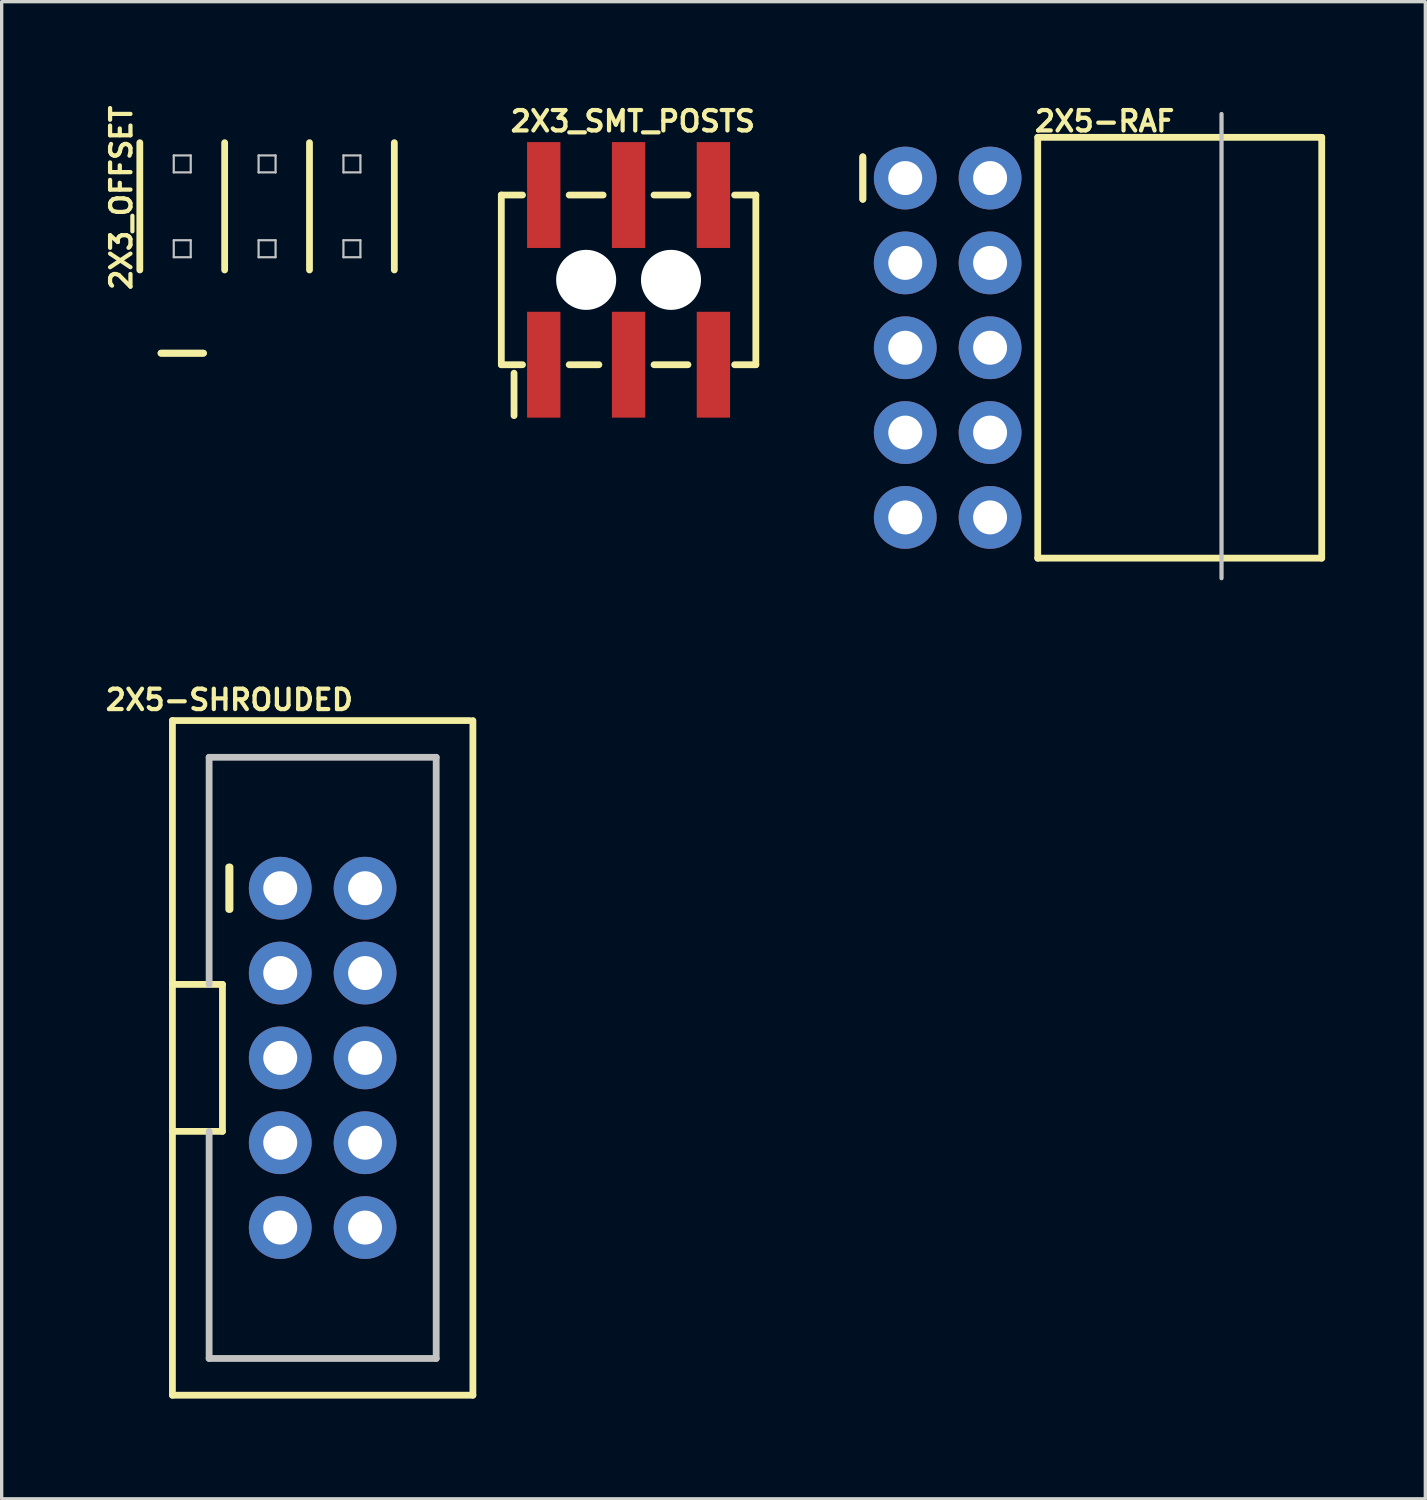
<source format=kicad_pcb>
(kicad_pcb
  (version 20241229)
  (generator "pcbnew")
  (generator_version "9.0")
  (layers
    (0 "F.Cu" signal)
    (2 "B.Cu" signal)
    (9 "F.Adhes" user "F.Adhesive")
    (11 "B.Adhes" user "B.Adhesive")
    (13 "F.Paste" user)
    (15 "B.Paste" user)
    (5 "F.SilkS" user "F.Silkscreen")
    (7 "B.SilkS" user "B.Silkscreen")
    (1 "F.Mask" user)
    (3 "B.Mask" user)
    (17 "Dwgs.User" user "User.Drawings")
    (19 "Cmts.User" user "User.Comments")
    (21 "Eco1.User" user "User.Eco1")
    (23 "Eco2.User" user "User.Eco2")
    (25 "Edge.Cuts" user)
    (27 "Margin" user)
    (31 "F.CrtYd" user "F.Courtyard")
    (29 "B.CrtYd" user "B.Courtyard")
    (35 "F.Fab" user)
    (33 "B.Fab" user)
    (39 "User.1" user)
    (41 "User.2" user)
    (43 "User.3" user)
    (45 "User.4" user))
  (footprint "2X3_OFFSET"
    (layer "F.Cu")
    (at 4.946 3.127)
    (property "Reference" "2X3_OFFSET" (at -4.366 -0.254 90) (layer "F.SilkS") (effects (font (size 0.61 0.61) (thickness 0.127))))
    (attr exclude_from_pos_files exclude_from_bom)
    (fp_line (start -3.81 1.905) (end -3.81 -1.905) (stroke (width 0.203) (type solid)) (layer "F.SilkS"))
    (fp_line (start -3.175 4.397) (end -1.905 4.397) (stroke (width 0.203) (type solid)) (layer "F.SilkS"))
    (fp_line (start -1.905 4.397) (end -3.175 4.397) (stroke (width 0.203) (type solid)) (layer "F.SilkS"))
    (fp_line (start -1.27 -1.905) (end -1.27 1.905) (stroke (width 0.203) (type solid)) (layer "F.SilkS"))
    (fp_line (start 1.27 -1.905) (end 1.27 1.905) (stroke (width 0.203) (type solid)) (layer "F.SilkS"))
    (fp_line (start 3.81 -1.905) (end 3.81 1.905) (stroke (width 0.203) (type solid)) (layer "F.SilkS"))
    (fp_line (start -2.794 -1.524) (end -2.286 -1.524) (stroke (width 0.066) (type solid)) (layer "Dwgs.User"))
    (fp_line (start -2.794 -1.016) (end -2.794 -1.524) (stroke (width 0.066) (type solid)) (layer "Dwgs.User"))
    (fp_line (start -2.794 -1.016) (end -2.286 -1.016) (stroke (width 0.066) (type solid)) (layer "Dwgs.User"))
    (fp_line (start -2.794 1.016) (end -2.286 1.016) (stroke (width 0.066) (type solid)) (layer "Dwgs.User"))
    (fp_line (start -2.794 1.524) (end -2.794 1.016) (stroke (width 0.066) (type solid)) (layer "Dwgs.User"))
    (fp_line (start -2.794 1.524) (end -2.286 1.524) (stroke (width 0.066) (type solid)) (layer "Dwgs.User"))
    (fp_line (start -2.286 -1.016) (end -2.286 -1.524) (stroke (width 0.066) (type solid)) (layer "Dwgs.User"))
    (fp_line (start -2.286 1.524) (end -2.286 1.016) (stroke (width 0.066) (type solid)) (layer "Dwgs.User"))
    (fp_line (start -0.254 -1.524) (end 0.254 -1.524) (stroke (width 0.066) (type solid)) (layer "Dwgs.User"))
    (fp_line (start -0.254 -1.016) (end -0.254 -1.524) (stroke (width 0.066) (type solid)) (layer "Dwgs.User"))
    (fp_line (start -0.254 -1.016) (end 0.254 -1.016) (stroke (width 0.066) (type solid)) (layer "Dwgs.User"))
    (fp_line (start -0.254 1.016) (end 0.254 1.016) (stroke (width 0.066) (type solid)) (layer "Dwgs.User"))
    (fp_line (start -0.254 1.524) (end -0.254 1.016) (stroke (width 0.066) (type solid)) (layer "Dwgs.User"))
    (fp_line (start -0.254 1.524) (end 0.254 1.524) (stroke (width 0.066) (type solid)) (layer "Dwgs.User"))
    (fp_line (start 0.254 -1.016) (end 0.254 -1.524) (stroke (width 0.066) (type solid)) (layer "Dwgs.User"))
    (fp_line (start 0.254 1.524) (end 0.254 1.016) (stroke (width 0.066) (type solid)) (layer "Dwgs.User"))
    (fp_line (start 2.286 -1.524) (end 2.794 -1.524) (stroke (width 0.066) (type solid)) (layer "Dwgs.User"))
    (fp_line (start 2.286 -1.016) (end 2.286 -1.524) (stroke (width 0.066) (type solid)) (layer "Dwgs.User"))
    (fp_line (start 2.286 -1.016) (end 2.794 -1.016) (stroke (width 0.066) (type solid)) (layer "Dwgs.User"))
    (fp_line (start 2.286 1.016) (end 2.794 1.016) (stroke (width 0.066) (type solid)) (layer "Dwgs.User"))
    (fp_line (start 2.286 1.524) (end 2.286 1.016) (stroke (width 0.066) (type solid)) (layer "Dwgs.User"))
    (fp_line (start 2.286 1.524) (end 2.794 1.524) (stroke (width 0.066) (type solid)) (layer "Dwgs.User"))
    (fp_line (start 2.794 -1.016) (end 2.794 -1.524) (stroke (width 0.066) (type solid)) (layer "Dwgs.User"))
    (fp_line (start 2.794 1.524) (end 2.794 1.016) (stroke (width 0.066) (type solid)) (layer "Dwgs.User"))
    (pad "1" thru_hole rect (at -2.54 1.27) (size 0.001 0.001) (drill 1.118) (layers "*.Cu" "*.Paste" "*.Mask"))
    (pad "2" thru_hole rect (at -2.54 -1.27) (size 0.001 0.001) (drill 1.118) (layers "*.Cu" "*.Paste" "*.Mask"))
    (pad "3" thru_hole rect (at 0 1.27) (size 0.001 0.001) (drill 1.118) (layers "*.Cu" "*.Paste" "*.Mask"))
    (pad "4" thru_hole rect (at 0 -1.27) (size 0.001 0.001) (drill 1.118) (layers "*.Cu" "*.Paste" "*.Mask"))
    (pad "5" thru_hole rect (at 2.54 1.27) (size 0.001 0.001) (drill 1.118) (layers "*.Cu" "*.Paste" "*.Mask"))
    (pad "6" thru_hole rect (at 2.54 -1.27) (size 0.001 0.001) (drill 1.118) (layers "*.Cu" "*.Paste" "*.Mask")))
  (footprint "2X3_SMT_POSTS"
    (layer "F.Cu")
    (at 15.769 5.329)
    (property "Reference" "2X3_SMT_POSTS" (at 0.127 -4.75 0) (layer "F.SilkS") (effects (font (size 0.61 0.61) (thickness 0.127))))
    (attr smd)
    (fp_line (start -3.81 -2.54) (end -3.81 2.54) (stroke (width 0.203) (type solid)) (layer "F.SilkS"))
    (fp_line (start -3.81 2.54) (end -3.175 2.54) (stroke (width 0.203) (type solid)) (layer "F.SilkS"))
    (fp_line (start -3.429 4.064) (end -3.429 2.794) (stroke (width 0.203) (type solid)) (layer "F.SilkS"))
    (fp_line (start -3.175 -2.54) (end -3.81 -2.54) (stroke (width 0.203) (type solid)) (layer "F.SilkS"))
    (fp_line (start -1.778 -2.54) (end -0.762 -2.54) (stroke (width 0.203) (type solid)) (layer "F.SilkS"))
    (fp_line (start -1.778 2.54) (end -0.889 2.54) (stroke (width 0.203) (type solid)) (layer "F.SilkS"))
    (fp_line (start 0.762 -2.54) (end 1.778 -2.54) (stroke (width 0.203) (type solid)) (layer "F.SilkS"))
    (fp_line (start 0.762 2.54) (end 1.778 2.54) (stroke (width 0.203) (type solid)) (layer "F.SilkS"))
    (fp_line (start 3.175 -2.54) (end 3.81 -2.54) (stroke (width 0.203) (type solid)) (layer "F.SilkS"))
    (fp_line (start 3.81 -2.54) (end 3.81 2.54) (stroke (width 0.203) (type solid)) (layer "F.SilkS"))
    (fp_line (start 3.81 2.54) (end 3.175 2.54) (stroke (width 0.203) (type solid)) (layer "F.SilkS"))
    (pad "" np_thru_hole circle (at -1.27 0) (size 1.798 1.798) (drill 1.798) (layers "*.Cu" "*.Mask"))
    (pad "" np_thru_hole circle (at 1.27 0) (size 1.798 1.798) (drill 1.798) (layers "*.Cu" "*.Mask"))
    (pad "1" smd rect (at -2.54 2.54 90) (size 3.17 0.998) (layers "F.Cu" "F.Mask" "F.Paste"))
    (pad "2" smd rect (at -2.54 -2.54 90) (size 3.17 0.998) (layers "F.Cu" "F.Mask" "F.Paste"))
    (pad "3" smd rect (at 0 2.54 90) (size 3.17 0.998) (layers "F.Cu" "F.Mask" "F.Paste"))
    (pad "4" smd rect (at 0 -2.54 90) (size 3.17 0.998) (layers "F.Cu" "F.Mask" "F.Paste"))
    (pad "5" smd rect (at 2.54 2.54 90) (size 3.17 0.998) (layers "F.Cu" "F.Mask" "F.Paste"))
    (pad "6" smd rect (at 2.54 -2.54 90) (size 3.17 0.998) (layers "F.Cu" "F.Mask" "F.Paste")))
  (footprint "2X5-SHROUDED"
    (layer "F.Cu")
    (at 6.61 28.622)
    (property "Reference" "2X5-SHROUDED" (at -2.794 -10.719 0) (layer "F.SilkS") (effects (font (size 0.61 0.61) (thickness 0.127))))
    (attr exclude_from_pos_files exclude_from_bom)
    (fp_line (start -4.498 -10.099) (end 4.399 -10.099) (stroke (width 0.203) (type solid)) (layer "F.SilkS"))
    (fp_line (start -4.498 -2.2) (end -4.498 -10.099) (stroke (width 0.203) (type solid)) (layer "F.SilkS"))
    (fp_line (start -4.498 -2.2) (end -3 -2.2) (stroke (width 0.203) (type solid)) (layer "F.SilkS"))
    (fp_line (start -4.498 2.2) (end -4.498 -2.2) (stroke (width 0.203) (type solid)) (layer "F.SilkS"))
    (fp_line (start -4.498 10.099) (end -4.498 2.2) (stroke (width 0.203) (type solid)) (layer "F.SilkS"))
    (fp_line (start -3 -2.2) (end -3 2.2) (stroke (width 0.203) (type solid)) (layer "F.SilkS"))
    (fp_line (start -3 2.2) (end -4.498 2.2) (stroke (width 0.203) (type solid)) (layer "F.SilkS"))
    (fp_line (start -2.812 -5.715) (end -2.812 -4.445) (stroke (width 0.203) (type solid)) (layer "F.SilkS"))
    (fp_line (start -2.774 -5.715) (end -2.774 -4.445) (stroke (width 0.203) (type solid)) (layer "F.SilkS"))
    (fp_line (start 4.498 -10.099) (end 4.498 10.099) (stroke (width 0.203) (type solid)) (layer "F.SilkS"))
    (fp_line (start 4.498 10.099) (end -4.498 10.099) (stroke (width 0.203) (type solid)) (layer "F.SilkS"))
    (fp_line (start -3.399 -8.999) (end -3.399 -2.2) (stroke (width 0.203) (type solid)) (layer "Dwgs.User"))
    (fp_line (start -3.399 -8.999) (end 3.399 -8.999) (stroke (width 0.203) (type solid)) (layer "Dwgs.User"))
    (fp_line (start -3.399 8.999) (end -3.399 2.2) (stroke (width 0.203) (type solid)) (layer "Dwgs.User"))
    (fp_line (start -3.399 8.999) (end 3.399 8.999) (stroke (width 0.203) (type solid)) (layer "Dwgs.User"))
    (fp_line (start -1.524 -5.334) (end -1.016 -5.334) (stroke (width 0.066) (type solid)) (layer "Dwgs.User"))
    (fp_line (start -1.524 -4.826) (end -1.524 -5.334) (stroke (width 0.066) (type solid)) (layer "Dwgs.User"))
    (fp_line (start -1.524 -4.826) (end -1.016 -4.826) (stroke (width 0.066) (type solid)) (layer "Dwgs.User"))
    (fp_line (start -1.524 -2.794) (end -1.016 -2.794) (stroke (width 0.066) (type solid)) (layer "Dwgs.User"))
    (fp_line (start -1.524 -2.286) (end -1.524 -2.794) (stroke (width 0.066) (type solid)) (layer "Dwgs.User"))
    (fp_line (start -1.524 -2.286) (end -1.016 -2.286) (stroke (width 0.066) (type solid)) (layer "Dwgs.User"))
    (fp_line (start -1.524 -0.254) (end -1.016 -0.254) (stroke (width 0.066) (type solid)) (layer "Dwgs.User"))
    (fp_line (start -1.524 0.254) (end -1.524 -0.254) (stroke (width 0.066) (type solid)) (layer "Dwgs.User"))
    (fp_line (start -1.524 0.254) (end -1.016 0.254) (stroke (width 0.066) (type solid)) (layer "Dwgs.User"))
    (fp_line (start -1.524 2.286) (end -1.016 2.286) (stroke (width 0.066) (type solid)) (layer "Dwgs.User"))
    (fp_line (start -1.524 2.286) (end -1.016 2.286) (stroke (width 0.066) (type solid)) (layer "Dwgs.User"))
    (fp_line (start -1.524 2.794) (end -1.524 2.286) (stroke (width 0.066) (type solid)) (layer "Dwgs.User"))
    (fp_line (start -1.524 2.794) (end -1.524 2.286) (stroke (width 0.066) (type solid)) (layer "Dwgs.User"))
    (fp_line (start -1.524 2.794) (end -1.016 2.794) (stroke (width 0.066) (type solid)) (layer "Dwgs.User"))
    (fp_line (start -1.524 2.794) (end -1.016 2.794) (stroke (width 0.066) (type solid)) (layer "Dwgs.User"))
    (fp_line (start -1.524 4.826) (end -1.016 4.826) (stroke (width 0.066) (type solid)) (layer "Dwgs.User"))
    (fp_line (start -1.524 5.334) (end -1.524 4.826) (stroke (width 0.066) (type solid)) (layer "Dwgs.User"))
    (fp_line (start -1.524 5.334) (end -1.016 5.334) (stroke (width 0.066) (type solid)) (layer "Dwgs.User"))
    (fp_line (start -1.016 -4.826) (end -1.016 -5.334) (stroke (width 0.066) (type solid)) (layer "Dwgs.User"))
    (fp_line (start -1.016 -2.286) (end -1.016 -2.794) (stroke (width 0.066) (type solid)) (layer "Dwgs.User"))
    (fp_line (start -1.016 0.254) (end -1.016 -0.254) (stroke (width 0.066) (type solid)) (layer "Dwgs.User"))
    (fp_line (start -1.016 2.794) (end -1.016 2.286) (stroke (width 0.066) (type solid)) (layer "Dwgs.User"))
    (fp_line (start -1.016 2.794) (end -1.016 2.286) (stroke (width 0.066) (type solid)) (layer "Dwgs.User"))
    (fp_line (start -1.016 5.334) (end -1.016 4.826) (stroke (width 0.066) (type solid)) (layer "Dwgs.User"))
    (fp_line (start 1.016 -5.334) (end 1.524 -5.334) (stroke (width 0.066) (type solid)) (layer "Dwgs.User"))
    (fp_line (start 1.016 -4.826) (end 1.016 -5.334) (stroke (width 0.066) (type solid)) (layer "Dwgs.User"))
    (fp_line (start 1.016 -4.826) (end 1.524 -4.826) (stroke (width 0.066) (type solid)) (layer "Dwgs.User"))
    (fp_line (start 1.016 -2.794) (end 1.524 -2.794) (stroke (width 0.066) (type solid)) (layer "Dwgs.User"))
    (fp_line (start 1.016 -2.286) (end 1.016 -2.794) (stroke (width 0.066) (type solid)) (layer "Dwgs.User"))
    (fp_line (start 1.016 -2.286) (end 1.524 -2.286) (stroke (width 0.066) (type solid)) (layer "Dwgs.User"))
    (fp_line (start 1.016 -0.254) (end 1.524 -0.254) (stroke (width 0.066) (type solid)) (layer "Dwgs.User"))
    (fp_line (start 1.016 0.254) (end 1.016 -0.254) (stroke (width 0.066) (type solid)) (layer "Dwgs.User"))
    (fp_line (start 1.016 0.254) (end 1.524 0.254) (stroke (width 0.066) (type solid)) (layer "Dwgs.User"))
    (fp_line (start 1.016 2.286) (end 1.524 2.286) (stroke (width 0.066) (type solid)) (layer "Dwgs.User"))
    (fp_line (start 1.016 2.286) (end 1.524 2.286) (stroke (width 0.066) (type solid)) (layer "Dwgs.User"))
    (fp_line (start 1.016 2.794) (end 1.016 2.286) (stroke (width 0.066) (type solid)) (layer "Dwgs.User"))
    (fp_line (start 1.016 2.794) (end 1.016 2.286) (stroke (width 0.066) (type solid)) (layer "Dwgs.User"))
    (fp_line (start 1.016 2.794) (end 1.524 2.794) (stroke (width 0.066) (type solid)) (layer "Dwgs.User"))
    (fp_line (start 1.016 2.794) (end 1.524 2.794) (stroke (width 0.066) (type solid)) (layer "Dwgs.User"))
    (fp_line (start 1.016 4.826) (end 1.524 4.826) (stroke (width 0.066) (type solid)) (layer "Dwgs.User"))
    (fp_line (start 1.016 5.334) (end 1.016 4.826) (stroke (width 0.066) (type solid)) (layer "Dwgs.User"))
    (fp_line (start 1.016 5.334) (end 1.524 5.334) (stroke (width 0.066) (type solid)) (layer "Dwgs.User"))
    (fp_line (start 1.524 -4.826) (end 1.524 -5.334) (stroke (width 0.066) (type solid)) (layer "Dwgs.User"))
    (fp_line (start 1.524 -2.286) (end 1.524 -2.794) (stroke (width 0.066) (type solid)) (layer "Dwgs.User"))
    (fp_line (start 1.524 0.254) (end 1.524 -0.254) (stroke (width 0.066) (type solid)) (layer "Dwgs.User"))
    (fp_line (start 1.524 2.794) (end 1.524 2.286) (stroke (width 0.066) (type solid)) (layer "Dwgs.User"))
    (fp_line (start 1.524 2.794) (end 1.524 2.286) (stroke (width 0.066) (type solid)) (layer "Dwgs.User"))
    (fp_line (start 1.524 5.334) (end 1.524 4.826) (stroke (width 0.066) (type solid)) (layer "Dwgs.User"))
    (fp_line (start 3.399 -8.999) (end 3.399 8.999) (stroke (width 0.203) (type solid)) (layer "Dwgs.User"))
    (pad "1" thru_hole circle (at -1.27 -5.08) (size 1.88 1.88) (drill 1.016) (layers "*.Cu" "*.Paste" "*.Mask"))
    (pad "2" thru_hole circle (at 1.27 -5.08) (size 1.88 1.88) (drill 1.016) (layers "*.Cu" "*.Paste" "*.Mask"))
    (pad "3" thru_hole circle (at -1.27 -2.54) (size 1.88 1.88) (drill 1.016) (layers "*.Cu" "*.Paste" "*.Mask"))
    (pad "4" thru_hole circle (at 1.27 -2.54) (size 1.88 1.88) (drill 1.016) (layers "*.Cu" "*.Paste" "*.Mask"))
    (pad "5" thru_hole circle (at -1.27 0) (size 1.88 1.88) (drill 1.016) (layers "*.Cu" "*.Paste" "*.Mask"))
    (pad "6" thru_hole circle (at 1.27 0) (size 1.88 1.88) (drill 1.016) (layers "*.Cu" "*.Paste" "*.Mask"))
    (pad "7" thru_hole circle (at -1.27 2.54) (size 1.88 1.88) (drill 1.016) (layers "*.Cu" "*.Paste" "*.Mask"))
    (pad "8" thru_hole circle (at 1.27 2.54) (size 1.88 1.88) (drill 1.016) (layers "*.Cu" "*.Paste" "*.Mask"))
    (pad "9" thru_hole circle (at -1.27 5.08) (size 1.88 1.88) (drill 1.016) (layers "*.Cu" "*.Paste" "*.Mask"))
    (pad "10" thru_hole circle (at 1.27 5.08) (size 1.88 1.88) (drill 1.016) (layers "*.Cu" "*.Paste" "*.Mask")))
  (footprint "2X5-RAF"
    (layer "F.Cu")
    (at 25.322 7.361)
    (property "Reference" "2X5-RAF" (at 4.699 -6.782 0) (layer "F.SilkS") (effects (font (size 0.61 0.61) (thickness 0.127))))
    (attr exclude_from_pos_files exclude_from_bom)
    (fp_line (start -2.54 -5.715) (end -2.54 -4.445) (stroke (width 0.203) (type solid)) (layer "F.SilkS"))
    (fp_line (start -2.54 -5.715) (end -2.54 -4.445) (stroke (width 0.203) (type solid)) (layer "F.SilkS"))
    (fp_line (start 2.697 -6.299) (end 11.199 -6.299) (stroke (width 0.203) (type solid)) (layer "F.SilkS"))
    (fp_line (start 2.697 6.299) (end 2.697 -6.299) (stroke (width 0.203) (type solid)) (layer "F.SilkS"))
    (fp_line (start 11.199 -6.299) (end 11.199 6.299) (stroke (width 0.203) (type solid)) (layer "F.SilkS"))
    (fp_line (start 11.199 6.299) (end 2.697 6.299) (stroke (width 0.203) (type solid)) (layer "F.SilkS"))
    (fp_line (start -1.524 -5.334) (end -1.016 -5.334) (stroke (width 0.066) (type solid)) (layer "Dwgs.User"))
    (fp_line (start -1.524 -4.826) (end -1.524 -5.334) (stroke (width 0.066) (type solid)) (layer "Dwgs.User"))
    (fp_line (start -1.524 -4.826) (end -1.016 -4.826) (stroke (width 0.066) (type solid)) (layer "Dwgs.User"))
    (fp_line (start -1.524 -2.794) (end -1.016 -2.794) (stroke (width 0.066) (type solid)) (layer "Dwgs.User"))
    (fp_line (start -1.524 -2.286) (end -1.524 -2.794) (stroke (width 0.066) (type solid)) (layer "Dwgs.User"))
    (fp_line (start -1.524 -2.286) (end -1.016 -2.286) (stroke (width 0.066) (type solid)) (layer "Dwgs.User"))
    (fp_line (start -1.524 -0.254) (end -1.016 -0.254) (stroke (width 0.066) (type solid)) (layer "Dwgs.User"))
    (fp_line (start -1.524 0.254) (end -1.524 -0.254) (stroke (width 0.066) (type solid)) (layer "Dwgs.User"))
    (fp_line (start -1.524 0.254) (end -1.016 0.254) (stroke (width 0.066) (type solid)) (layer "Dwgs.User"))
    (fp_line (start -1.524 2.286) (end -1.016 2.286) (stroke (width 0.066) (type solid)) (layer "Dwgs.User"))
    (fp_line (start -1.524 2.286) (end -1.016 2.286) (stroke (width 0.066) (type solid)) (layer "Dwgs.User"))
    (fp_line (start -1.524 2.794) (end -1.524 2.286) (stroke (width 0.066) (type solid)) (layer "Dwgs.User"))
    (fp_line (start -1.524 2.794) (end -1.524 2.286) (stroke (width 0.066) (type solid)) (layer "Dwgs.User"))
    (fp_line (start -1.524 2.794) (end -1.016 2.794) (stroke (width 0.066) (type solid)) (layer "Dwgs.User"))
    (fp_line (start -1.524 2.794) (end -1.016 2.794) (stroke (width 0.066) (type solid)) (layer "Dwgs.User"))
    (fp_line (start -1.524 4.826) (end -1.016 4.826) (stroke (width 0.066) (type solid)) (layer "Dwgs.User"))
    (fp_line (start -1.524 5.334) (end -1.524 4.826) (stroke (width 0.066) (type solid)) (layer "Dwgs.User"))
    (fp_line (start -1.524 5.334) (end -1.016 5.334) (stroke (width 0.066) (type solid)) (layer "Dwgs.User"))
    (fp_line (start -1.016 -4.826) (end -1.016 -5.334) (stroke (width 0.066) (type solid)) (layer "Dwgs.User"))
    (fp_line (start -1.016 -2.286) (end -1.016 -2.794) (stroke (width 0.066) (type solid)) (layer "Dwgs.User"))
    (fp_line (start -1.016 0.254) (end -1.016 -0.254) (stroke (width 0.066) (type solid)) (layer "Dwgs.User"))
    (fp_line (start -1.016 2.794) (end -1.016 2.286) (stroke (width 0.066) (type solid)) (layer "Dwgs.User"))
    (fp_line (start -1.016 2.794) (end -1.016 2.286) (stroke (width 0.066) (type solid)) (layer "Dwgs.User"))
    (fp_line (start -1.016 5.334) (end -1.016 4.826) (stroke (width 0.066) (type solid)) (layer "Dwgs.User"))
    (fp_line (start 1.016 -5.334) (end 1.524 -5.334) (stroke (width 0.066) (type solid)) (layer "Dwgs.User"))
    (fp_line (start 1.016 -4.826) (end 1.016 -5.334) (stroke (width 0.066) (type solid)) (layer "Dwgs.User"))
    (fp_line (start 1.016 -4.826) (end 1.524 -4.826) (stroke (width 0.066) (type solid)) (layer "Dwgs.User"))
    (fp_line (start 1.016 -2.794) (end 1.524 -2.794) (stroke (width 0.066) (type solid)) (layer "Dwgs.User"))
    (fp_line (start 1.016 -2.286) (end 1.016 -2.794) (stroke (width 0.066) (type solid)) (layer "Dwgs.User"))
    (fp_line (start 1.016 -2.286) (end 1.524 -2.286) (stroke (width 0.066) (type solid)) (layer "Dwgs.User"))
    (fp_line (start 1.016 -0.254) (end 1.524 -0.254) (stroke (width 0.066) (type solid)) (layer "Dwgs.User"))
    (fp_line (start 1.016 0.254) (end 1.016 -0.254) (stroke (width 0.066) (type solid)) (layer "Dwgs.User"))
    (fp_line (start 1.016 0.254) (end 1.524 0.254) (stroke (width 0.066) (type solid)) (layer "Dwgs.User"))
    (fp_line (start 1.016 2.286) (end 1.524 2.286) (stroke (width 0.066) (type solid)) (layer "Dwgs.User"))
    (fp_line (start 1.016 2.286) (end 1.524 2.286) (stroke (width 0.066) (type solid)) (layer "Dwgs.User"))
    (fp_line (start 1.016 2.794) (end 1.016 2.286) (stroke (width 0.066) (type solid)) (layer "Dwgs.User"))
    (fp_line (start 1.016 2.794) (end 1.016 2.286) (stroke (width 0.066) (type solid)) (layer "Dwgs.User"))
    (fp_line (start 1.016 2.794) (end 1.524 2.794) (stroke (width 0.066) (type solid)) (layer "Dwgs.User"))
    (fp_line (start 1.016 2.794) (end 1.524 2.794) (stroke (width 0.066) (type solid)) (layer "Dwgs.User"))
    (fp_line (start 1.016 4.826) (end 1.524 4.826) (stroke (width 0.066) (type solid)) (layer "Dwgs.User"))
    (fp_line (start 1.016 5.334) (end 1.016 4.826) (stroke (width 0.066) (type solid)) (layer "Dwgs.User"))
    (fp_line (start 1.016 5.334) (end 1.524 5.334) (stroke (width 0.066) (type solid)) (layer "Dwgs.User"))
    (fp_line (start 1.524 -4.826) (end 1.524 -5.334) (stroke (width 0.066) (type solid)) (layer "Dwgs.User"))
    (fp_line (start 1.524 -2.286) (end 1.524 -2.794) (stroke (width 0.066) (type solid)) (layer "Dwgs.User"))
    (fp_line (start 1.524 0.254) (end 1.524 -0.254) (stroke (width 0.066) (type solid)) (layer "Dwgs.User"))
    (fp_line (start 1.524 2.794) (end 1.524 2.286) (stroke (width 0.066) (type solid)) (layer "Dwgs.User"))
    (fp_line (start 1.524 2.794) (end 1.524 2.286) (stroke (width 0.066) (type solid)) (layer "Dwgs.User"))
    (fp_line (start 1.524 5.334) (end 1.524 4.826) (stroke (width 0.066) (type solid)) (layer "Dwgs.User"))
    (fp_line (start 8.199 -6.998) (end 8.199 6.899) (stroke (width 0.127) (type solid)) (layer "Dwgs.User"))
    (pad "1" thru_hole circle (at -1.27 -5.08) (size 1.88 1.88) (drill 1.016) (layers "*.Cu" "*.Paste" "*.Mask"))
    (pad "2" thru_hole circle (at 1.27 -5.08) (size 1.88 1.88) (drill 1.016) (layers "*.Cu" "*.Paste" "*.Mask"))
    (pad "3" thru_hole circle (at -1.27 -2.54) (size 1.88 1.88) (drill 1.016) (layers "*.Cu" "*.Paste" "*.Mask"))
    (pad "4" thru_hole circle (at 1.27 -2.54) (size 1.88 1.88) (drill 1.016) (layers "*.Cu" "*.Paste" "*.Mask"))
    (pad "5" thru_hole circle (at -1.27 0) (size 1.88 1.88) (drill 1.016) (layers "*.Cu" "*.Paste" "*.Mask"))
    (pad "6" thru_hole circle (at 1.27 0) (size 1.88 1.88) (drill 1.016) (layers "*.Cu" "*.Paste" "*.Mask"))
    (pad "7" thru_hole circle (at -1.27 2.54) (size 1.88 1.88) (drill 1.016) (layers "*.Cu" "*.Paste" "*.Mask"))
    (pad "8" thru_hole circle (at 1.27 2.54) (size 1.88 1.88) (drill 1.016) (layers "*.Cu" "*.Paste" "*.Mask"))
    (pad "9" thru_hole circle (at -1.27 5.08) (size 1.88 1.88) (drill 1.016) (layers "*.Cu" "*.Paste" "*.Mask"))
    (pad "10" thru_hole circle (at 1.27 5.08) (size 1.88 1.88) (drill 1.016) (layers "*.Cu" "*.Paste" "*.Mask")))
  (gr_rect
    (start -3 -3)
    (end 39.623 41.822)
    (stroke (width 0.1) (type default))
    (fill no)
    (layer "Edge.Cuts")))
</source>
